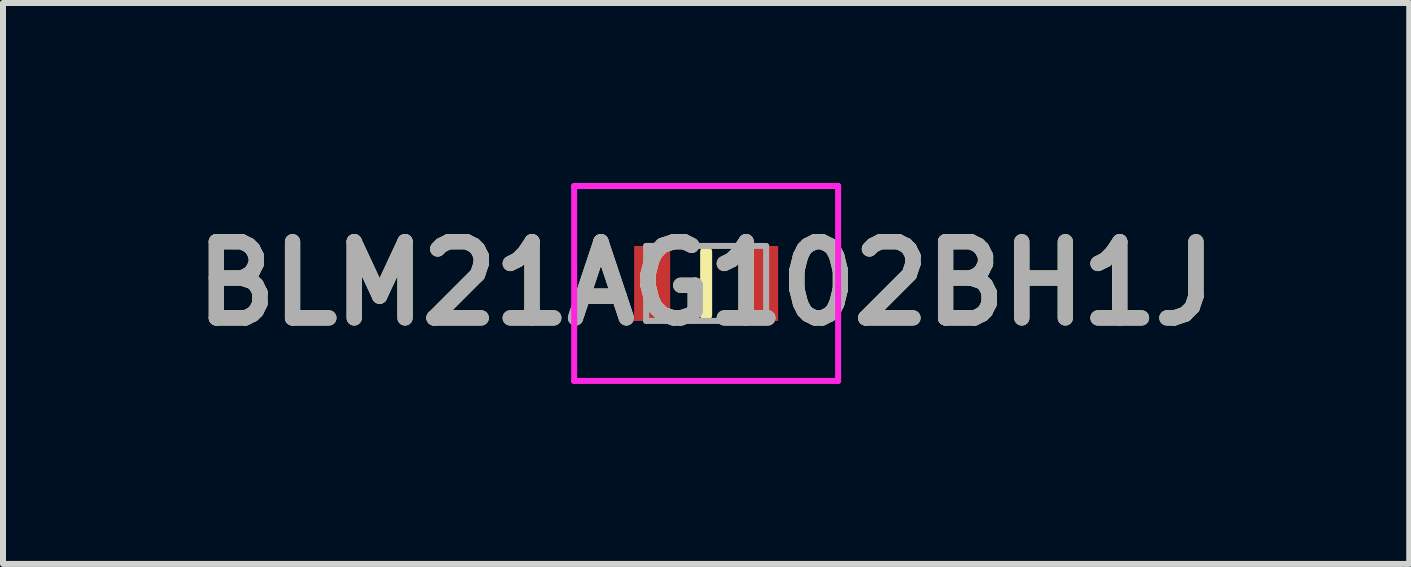
<source format=kicad_pcb>
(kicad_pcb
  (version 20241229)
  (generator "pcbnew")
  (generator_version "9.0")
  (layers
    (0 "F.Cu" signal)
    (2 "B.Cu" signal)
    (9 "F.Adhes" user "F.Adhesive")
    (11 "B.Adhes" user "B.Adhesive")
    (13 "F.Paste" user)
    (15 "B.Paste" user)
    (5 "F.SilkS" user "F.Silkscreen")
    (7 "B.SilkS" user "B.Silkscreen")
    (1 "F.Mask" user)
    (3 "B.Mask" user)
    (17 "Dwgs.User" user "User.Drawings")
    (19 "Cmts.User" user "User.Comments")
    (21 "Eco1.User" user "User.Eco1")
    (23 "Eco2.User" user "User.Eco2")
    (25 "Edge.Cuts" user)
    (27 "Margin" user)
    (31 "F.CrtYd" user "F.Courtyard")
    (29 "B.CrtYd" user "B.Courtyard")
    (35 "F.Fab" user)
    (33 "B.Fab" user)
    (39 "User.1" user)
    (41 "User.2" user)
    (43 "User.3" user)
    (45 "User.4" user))
  (footprint "BLM21AG102BH1J"
    (layer "F.Cu")
    (at 8.721 1.675)
    (property "Reference" "BLM21AG102BH1J" (at 0 0 0) (layer "F.SilkS") (effects (font (size 1.27 1.27) (thickness 0.254))))
    (attr smd)
    (fp_line (start 0 -0.525) (end 0 0.525) (stroke (width 0.2) (type solid)) (layer "F.SilkS"))
    (fp_line (start -2.2 -1.625) (end 2.2 -1.625) (stroke (width 0.1) (type solid)) (layer "F.CrtYd"))
    (fp_line (start -2.2 1.625) (end -2.2 -1.625) (stroke (width 0.1) (type solid)) (layer "F.CrtYd"))
    (fp_line (start 2.2 -1.625) (end 2.2 1.625) (stroke (width 0.1) (type solid)) (layer "F.CrtYd"))
    (fp_line (start 2.2 1.625) (end -2.2 1.625) (stroke (width 0.1) (type solid)) (layer "F.CrtYd"))
    (fp_line (start -1 -0.625) (end 1 -0.625) (stroke (width 0.1) (type solid)) (layer "F.Fab"))
    (fp_line (start -1 0.625) (end -1 -0.625) (stroke (width 0.1) (type solid)) (layer "F.Fab"))
    (fp_line (start 1 -0.625) (end 1 0.625) (stroke (width 0.1) (type solid)) (layer "F.Fab"))
    (fp_line (start 1 0.625) (end -1 0.625) (stroke (width 0.1) (type solid)) (layer "F.Fab"))
    (fp_text user "${REFERENCE}" (at 0 0 0) (layer "F.Fab") (effects (font (size 1.27 1.27) (thickness 0.254))))
    (pad "1" smd rect (at -0.9 0) (size 0.6 1.25) (layers "F.Cu" "F.Mask" "F.Paste"))
    (pad "2" smd rect (at 0.9 0) (size 0.6 1.25) (layers "F.Cu" "F.Mask" "F.Paste")))
  (gr_rect
    (start -3 -3)
    (end 20.441 6.35)
    (stroke (width 0.1) (type default))
    (fill no)
    (layer "Edge.Cuts")))
</source>
